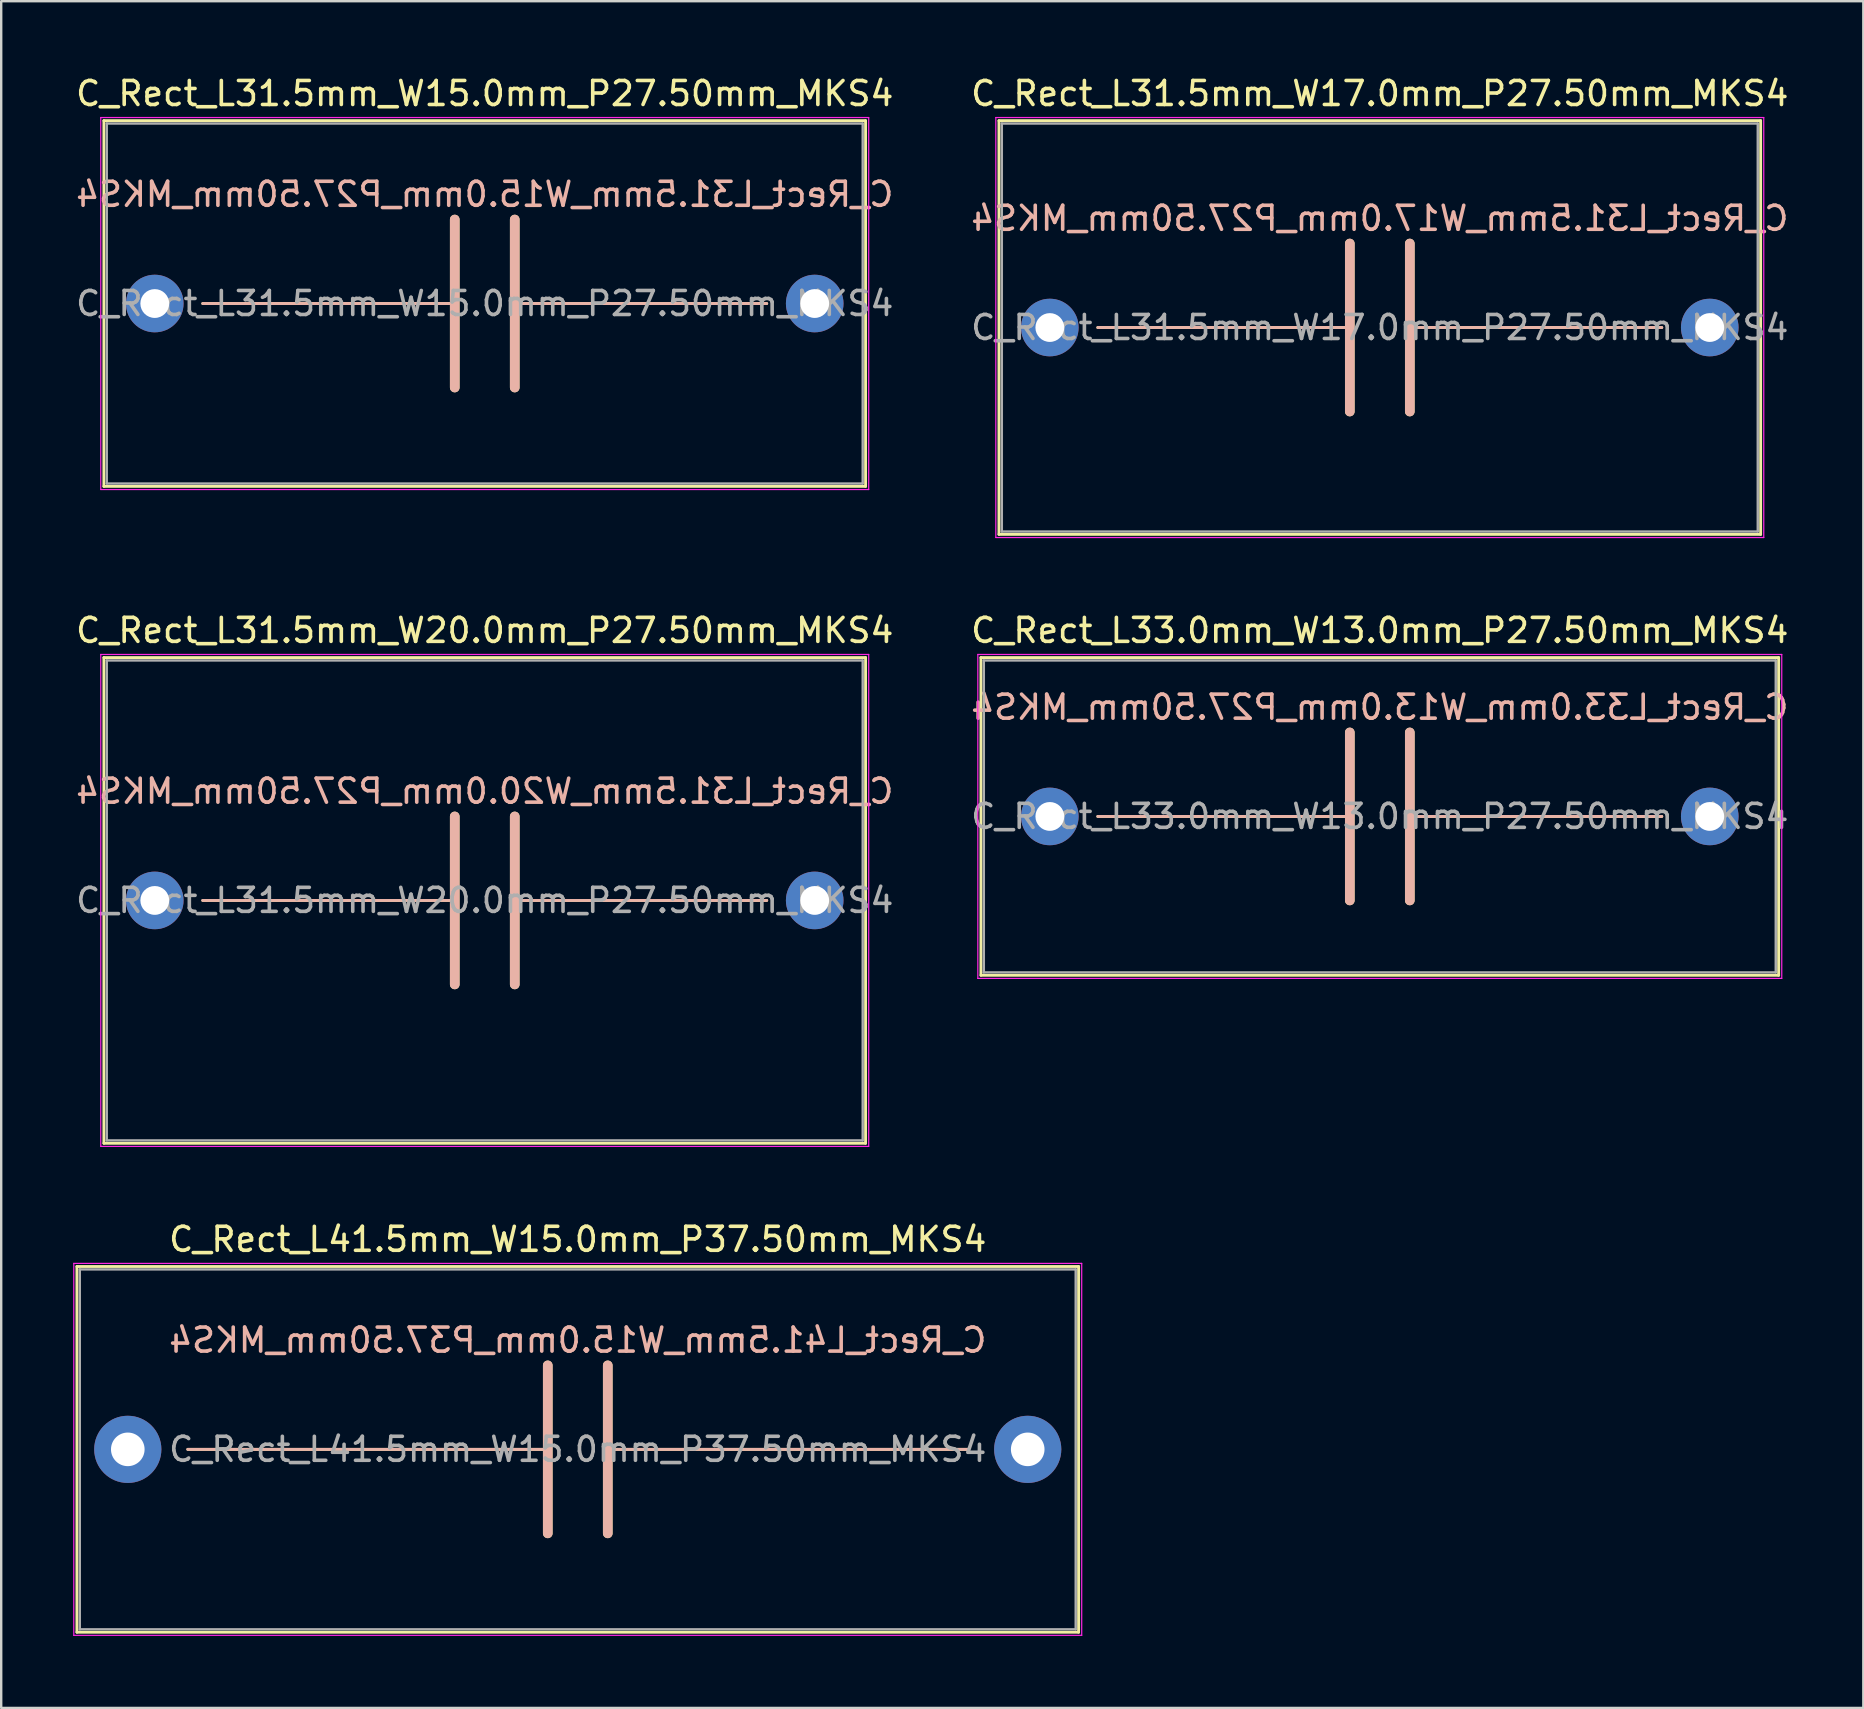
<source format=kicad_pcb>
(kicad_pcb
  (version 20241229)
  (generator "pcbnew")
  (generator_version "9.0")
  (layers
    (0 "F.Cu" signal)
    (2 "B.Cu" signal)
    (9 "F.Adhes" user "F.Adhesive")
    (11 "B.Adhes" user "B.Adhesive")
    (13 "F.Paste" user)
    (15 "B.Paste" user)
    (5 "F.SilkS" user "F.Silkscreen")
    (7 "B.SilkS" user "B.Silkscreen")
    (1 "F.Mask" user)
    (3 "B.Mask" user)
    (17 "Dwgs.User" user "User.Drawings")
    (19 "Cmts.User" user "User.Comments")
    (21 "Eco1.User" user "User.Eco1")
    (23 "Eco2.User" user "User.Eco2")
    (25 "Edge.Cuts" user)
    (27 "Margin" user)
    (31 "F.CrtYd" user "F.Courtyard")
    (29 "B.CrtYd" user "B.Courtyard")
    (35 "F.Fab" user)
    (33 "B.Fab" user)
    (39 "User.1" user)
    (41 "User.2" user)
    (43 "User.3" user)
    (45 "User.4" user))
  (footprint "C_Rect_L41.5mm_W15.0mm_P37.50mm_MKS4"
    (layer "F.Cu")
    (at 2.275 57.345)
    (property "Reference" "C_Rect_L41.5mm_W15.0mm_P37.50mm_MKS4" (at 18.75 -8.75 0) (layer "F.SilkS") (effects (font (size 1 1) (thickness 0.15))))
    (fp_line (start -2.12 -7.62) (end -2.12 7.62) (stroke (width 0.12) (type solid)) (layer "F.SilkS"))
    (fp_line (start -2.12 -7.62) (end 39.62 -7.62) (stroke (width 0.12) (type solid)) (layer "F.SilkS"))
    (fp_line (start -2.12 7.62) (end 39.62 7.62) (stroke (width 0.12) (type solid)) (layer "F.SilkS"))
    (fp_line (start 2.5 0) (end 17.5 0) (stroke (width 0.12) (type solid)) (layer "F.SilkS"))
    (fp_line (start 17.5 -3.5) (end 17.5 3.5) (stroke (width 0.4) (type solid)) (layer "F.SilkS"))
    (fp_line (start 20 -3.5) (end 20 3.5) (stroke (width 0.4) (type solid)) (layer "F.SilkS"))
    (fp_line (start 20 0) (end 35 0) (stroke (width 0.12) (type solid)) (layer "F.SilkS"))
    (fp_line (start 39.62 -7.62) (end 39.62 7.62) (stroke (width 0.12) (type solid)) (layer "F.SilkS"))
    (fp_line (start 2.5 0) (end 17.5 0) (stroke (width 0.12) (type solid)) (layer "B.SilkS"))
    (fp_line (start 17.5 3.5) (end 17.5 -3.5) (stroke (width 0.4) (type solid)) (layer "B.SilkS"))
    (fp_line (start 20 0) (end 35 0) (stroke (width 0.12) (type solid)) (layer "B.SilkS"))
    (fp_line (start 20 3.5) (end 20 -3.5) (stroke (width 0.4) (type solid)) (layer "B.SilkS"))
    (fp_line (start -2.25 -7.75) (end -2.25 7.75) (stroke (width 0.05) (type solid)) (layer "F.CrtYd"))
    (fp_line (start -2.25 7.75) (end 39.75 7.75) (stroke (width 0.05) (type solid)) (layer "F.CrtYd"))
    (fp_line (start 39.75 -7.75) (end -2.25 -7.75) (stroke (width 0.05) (type solid)) (layer "F.CrtYd"))
    (fp_line (start 39.75 7.75) (end 39.75 -7.75) (stroke (width 0.05) (type solid)) (layer "F.CrtYd"))
    (fp_line (start -2 -7.5) (end -2 7.5) (stroke (width 0.1) (type solid)) (layer "F.Fab"))
    (fp_line (start -2 7.5) (end 39.5 7.5) (stroke (width 0.1) (type solid)) (layer "F.Fab"))
    (fp_line (start 39.5 -7.5) (end -2 -7.5) (stroke (width 0.1) (type solid)) (layer "F.Fab"))
    (fp_line (start 39.5 7.5) (end 39.5 -7.5) (stroke (width 0.1) (type solid)) (layer "F.Fab"))
    (fp_text user "${REFERENCE}" (at 18.75 -4.55 0) (layer "B.SilkS") (effects (font (size 1 1) (thickness 0.15)) (justify mirror)))
    (fp_text user "${REFERENCE}" (at 18.75 0 0) (layer "F.Fab") (effects (font (size 1 1) (thickness 0.15))))
    (pad "1" thru_hole circle (at 0 0) (size 2.8 2.8) (drill 1.4) (layers "*.Cu" "*.Mask"))
    (pad "2" thru_hole circle (at 37.5 0) (size 2.8 2.8) (drill 1.4) (layers "*.Cu" "*.Mask")))
  (footprint "C_Rect_L31.5mm_W17.0mm_P27.50mm_MKS4"
    (layer "F.Cu")
    (at 40.696 10.598)
    (property "Reference" "C_Rect_L31.5mm_W17.0mm_P27.50mm_MKS4" (at 13.75 -9.75 0) (layer "F.SilkS") (effects (font (size 1 1) (thickness 0.15))))
    (fp_line (start -2.12 -8.62) (end -2.12 8.62) (stroke (width 0.12) (type solid)) (layer "F.SilkS"))
    (fp_line (start -2.12 -8.62) (end 29.62 -8.62) (stroke (width 0.12) (type solid)) (layer "F.SilkS"))
    (fp_line (start -2.12 8.62) (end 29.62 8.62) (stroke (width 0.12) (type solid)) (layer "F.SilkS"))
    (fp_line (start 2 0) (end 12.5 0) (stroke (width 0.12) (type solid)) (layer "F.SilkS"))
    (fp_line (start 12.5 -3.5) (end 12.5 3.5) (stroke (width 0.4) (type solid)) (layer "F.SilkS"))
    (fp_line (start 15 -3.5) (end 15 3.5) (stroke (width 0.4) (type solid)) (layer "F.SilkS"))
    (fp_line (start 15 0) (end 25.5 0) (stroke (width 0.12) (type solid)) (layer "F.SilkS"))
    (fp_line (start 29.62 -8.62) (end 29.62 8.62) (stroke (width 0.12) (type solid)) (layer "F.SilkS"))
    (fp_line (start 2 0) (end 12.5 0) (stroke (width 0.12) (type solid)) (layer "B.SilkS"))
    (fp_line (start 12.5 3.5) (end 12.5 -3.5) (stroke (width 0.4) (type solid)) (layer "B.SilkS"))
    (fp_line (start 15 0) (end 25.5 0) (stroke (width 0.12) (type solid)) (layer "B.SilkS"))
    (fp_line (start 15 3.5) (end 15 -3.5) (stroke (width 0.4) (type solid)) (layer "B.SilkS"))
    (fp_line (start -2.25 -8.75) (end -2.25 8.75) (stroke (width 0.05) (type solid)) (layer "F.CrtYd"))
    (fp_line (start -2.25 8.75) (end 29.75 8.75) (stroke (width 0.05) (type solid)) (layer "F.CrtYd"))
    (fp_line (start 29.75 -8.75) (end -2.25 -8.75) (stroke (width 0.05) (type solid)) (layer "F.CrtYd"))
    (fp_line (start 29.75 8.75) (end 29.75 -8.75) (stroke (width 0.05) (type solid)) (layer "F.CrtYd"))
    (fp_line (start -2 -8.5) (end -2 8.5) (stroke (width 0.1) (type solid)) (layer "F.Fab"))
    (fp_line (start -2 8.5) (end 29.5 8.5) (stroke (width 0.1) (type solid)) (layer "F.Fab"))
    (fp_line (start 29.5 -8.5) (end -2 -8.5) (stroke (width 0.1) (type solid)) (layer "F.Fab"))
    (fp_line (start 29.5 8.5) (end 29.5 -8.5) (stroke (width 0.1) (type solid)) (layer "F.Fab"))
    (fp_text user "${REFERENCE}" (at 13.75 -4.55 0) (layer "B.SilkS") (effects (font (size 1 1) (thickness 0.15)) (justify mirror)))
    (fp_text user "${REFERENCE}" (at 13.75 0 0) (layer "F.Fab") (effects (font (size 1 1) (thickness 0.15))))
    (pad "1" thru_hole circle (at 0 0) (size 2.4 2.4) (drill 1.2) (layers "*.Cu" "*.Mask"))
    (pad "2" thru_hole circle (at 27.5 0) (size 2.4 2.4) (drill 1.2) (layers "*.Cu" "*.Mask")))
  (footprint "C_Rect_L31.5mm_W20.0mm_P27.50mm_MKS4"
    (layer "F.Cu")
    (at 3.399 34.471)
    (property "Reference" "C_Rect_L31.5mm_W20.0mm_P27.50mm_MKS4" (at 13.75 -11.25 0) (layer "F.SilkS") (effects (font (size 1 1) (thickness 0.15))))
    (fp_line (start -2.12 -10.12) (end -2.12 10.12) (stroke (width 0.12) (type solid)) (layer "F.SilkS"))
    (fp_line (start -2.12 -10.12) (end 29.62 -10.12) (stroke (width 0.12) (type solid)) (layer "F.SilkS"))
    (fp_line (start -2.12 10.12) (end 29.62 10.12) (stroke (width 0.12) (type solid)) (layer "F.SilkS"))
    (fp_line (start 2 0) (end 12.5 0) (stroke (width 0.12) (type solid)) (layer "F.SilkS"))
    (fp_line (start 12.5 -3.5) (end 12.5 3.5) (stroke (width 0.4) (type solid)) (layer "F.SilkS"))
    (fp_line (start 15 -3.5) (end 15 3.5) (stroke (width 0.4) (type solid)) (layer "F.SilkS"))
    (fp_line (start 15 0) (end 25.5 0) (stroke (width 0.12) (type solid)) (layer "F.SilkS"))
    (fp_line (start 29.62 -10.12) (end 29.62 10.12) (stroke (width 0.12) (type solid)) (layer "F.SilkS"))
    (fp_line (start 2 0) (end 12.5 0) (stroke (width 0.12) (type solid)) (layer "B.SilkS"))
    (fp_line (start 12.5 3.5) (end 12.5 -3.5) (stroke (width 0.4) (type solid)) (layer "B.SilkS"))
    (fp_line (start 15 0) (end 25.5 0) (stroke (width 0.12) (type solid)) (layer "B.SilkS"))
    (fp_line (start 15 3.5) (end 15 -3.5) (stroke (width 0.4) (type solid)) (layer "B.SilkS"))
    (fp_line (start -2.25 -10.25) (end -2.25 10.25) (stroke (width 0.05) (type solid)) (layer "F.CrtYd"))
    (fp_line (start -2.25 10.25) (end 29.75 10.25) (stroke (width 0.05) (type solid)) (layer "F.CrtYd"))
    (fp_line (start 29.75 -10.25) (end -2.25 -10.25) (stroke (width 0.05) (type solid)) (layer "F.CrtYd"))
    (fp_line (start 29.75 10.25) (end 29.75 -10.25) (stroke (width 0.05) (type solid)) (layer "F.CrtYd"))
    (fp_line (start -2 -10) (end -2 10) (stroke (width 0.1) (type solid)) (layer "F.Fab"))
    (fp_line (start -2 10) (end 29.5 10) (stroke (width 0.1) (type solid)) (layer "F.Fab"))
    (fp_line (start 29.5 -10) (end -2 -10) (stroke (width 0.1) (type solid)) (layer "F.Fab"))
    (fp_line (start 29.5 10) (end 29.5 -10) (stroke (width 0.1) (type solid)) (layer "F.Fab"))
    (fp_text user "${REFERENCE}" (at 13.75 -4.55 0) (layer "B.SilkS") (effects (font (size 1 1) (thickness 0.15)) (justify mirror)))
    (fp_text user "${REFERENCE}" (at 13.75 0 0) (layer "F.Fab") (effects (font (size 1 1) (thickness 0.15))))
    (pad "1" thru_hole circle (at 0 0) (size 2.4 2.4) (drill 1.2) (layers "*.Cu" "*.Mask"))
    (pad "2" thru_hole circle (at 27.5 0) (size 2.4 2.4) (drill 1.2) (layers "*.Cu" "*.Mask")))
  (footprint "C_Rect_L33.0mm_W13.0mm_P27.50mm_MKS4"
    (layer "F.Cu")
    (at 40.696 30.971)
    (property "Reference" "C_Rect_L33.0mm_W13.0mm_P27.50mm_MKS4" (at 13.75 -7.75 0) (layer "F.SilkS") (effects (font (size 1 1) (thickness 0.15))))
    (fp_line (start -2.87 -6.62) (end -2.87 6.62) (stroke (width 0.12) (type solid)) (layer "F.SilkS"))
    (fp_line (start -2.87 -6.62) (end 30.37 -6.62) (stroke (width 0.12) (type solid)) (layer "F.SilkS"))
    (fp_line (start -2.87 6.62) (end 30.37 6.62) (stroke (width 0.12) (type solid)) (layer "F.SilkS"))
    (fp_line (start 2 0) (end 12.5 0) (stroke (width 0.12) (type solid)) (layer "F.SilkS"))
    (fp_line (start 12.5 -3.5) (end 12.5 3.5) (stroke (width 0.4) (type solid)) (layer "F.SilkS"))
    (fp_line (start 15 -3.5) (end 15 3.5) (stroke (width 0.4) (type solid)) (layer "F.SilkS"))
    (fp_line (start 15 0) (end 25.5 0) (stroke (width 0.12) (type solid)) (layer "F.SilkS"))
    (fp_line (start 30.37 -6.62) (end 30.37 6.62) (stroke (width 0.12) (type solid)) (layer "F.SilkS"))
    (fp_line (start 2 0) (end 12.5 0) (stroke (width 0.12) (type solid)) (layer "B.SilkS"))
    (fp_line (start 12.5 3.5) (end 12.5 -3.5) (stroke (width 0.4) (type solid)) (layer "B.SilkS"))
    (fp_line (start 15 0) (end 25.5 0) (stroke (width 0.12) (type solid)) (layer "B.SilkS"))
    (fp_line (start 15 3.5) (end 15 -3.5) (stroke (width 0.4) (type solid)) (layer "B.SilkS"))
    (fp_line (start -3 -6.75) (end -3 6.75) (stroke (width 0.05) (type solid)) (layer "F.CrtYd"))
    (fp_line (start -3 6.75) (end 30.5 6.75) (stroke (width 0.05) (type solid)) (layer "F.CrtYd"))
    (fp_line (start 30.5 -6.75) (end -3 -6.75) (stroke (width 0.05) (type solid)) (layer "F.CrtYd"))
    (fp_line (start 30.5 6.75) (end 30.5 -6.75) (stroke (width 0.05) (type solid)) (layer "F.CrtYd"))
    (fp_line (start -2.75 -6.5) (end -2.75 6.5) (stroke (width 0.1) (type solid)) (layer "F.Fab"))
    (fp_line (start -2.75 6.5) (end 30.25 6.5) (stroke (width 0.1) (type solid)) (layer "F.Fab"))
    (fp_line (start 30.25 -6.5) (end -2.75 -6.5) (stroke (width 0.1) (type solid)) (layer "F.Fab"))
    (fp_line (start 30.25 6.5) (end 30.25 -6.5) (stroke (width 0.1) (type solid)) (layer "F.Fab"))
    (fp_text user "${REFERENCE}" (at 13.75 -4.55 0) (layer "B.SilkS") (effects (font (size 1 1) (thickness 0.15)) (justify mirror)))
    (fp_text user "${REFERENCE}" (at 13.75 0 0) (layer "F.Fab") (effects (font (size 1 1) (thickness 0.15))))
    (pad "1" thru_hole circle (at 0 0) (size 2.4 2.4) (drill 1.2) (layers "*.Cu" "*.Mask"))
    (pad "2" thru_hole circle (at 27.5 0) (size 2.4 2.4) (drill 1.2) (layers "*.Cu" "*.Mask")))
  (footprint "C_Rect_L31.5mm_W15.0mm_P27.50mm_MKS4"
    (layer "F.Cu")
    (at 3.399 9.598)
    (property "Reference" "C_Rect_L31.5mm_W15.0mm_P27.50mm_MKS4" (at 13.75 -8.75 0) (layer "F.SilkS") (effects (font (size 1 1) (thickness 0.15))))
    (fp_line (start -2.12 -7.62) (end -2.12 7.62) (stroke (width 0.12) (type solid)) (layer "F.SilkS"))
    (fp_line (start -2.12 -7.62) (end 29.62 -7.62) (stroke (width 0.12) (type solid)) (layer "F.SilkS"))
    (fp_line (start -2.12 7.62) (end 29.62 7.62) (stroke (width 0.12) (type solid)) (layer "F.SilkS"))
    (fp_line (start 2 0) (end 12.5 0) (stroke (width 0.12) (type solid)) (layer "F.SilkS"))
    (fp_line (start 12.5 -3.5) (end 12.5 3.5) (stroke (width 0.4) (type solid)) (layer "F.SilkS"))
    (fp_line (start 15 -3.5) (end 15 3.5) (stroke (width 0.4) (type solid)) (layer "F.SilkS"))
    (fp_line (start 15 0) (end 25.5 0) (stroke (width 0.12) (type solid)) (layer "F.SilkS"))
    (fp_line (start 29.62 -7.62) (end 29.62 7.62) (stroke (width 0.12) (type solid)) (layer "F.SilkS"))
    (fp_line (start 2 0) (end 12.5 0) (stroke (width 0.12) (type solid)) (layer "B.SilkS"))
    (fp_line (start 12.5 3.5) (end 12.5 -3.5) (stroke (width 0.4) (type solid)) (layer "B.SilkS"))
    (fp_line (start 15 0) (end 25.5 0) (stroke (width 0.12) (type solid)) (layer "B.SilkS"))
    (fp_line (start 15 3.5) (end 15 -3.5) (stroke (width 0.4) (type solid)) (layer "B.SilkS"))
    (fp_line (start -2.25 -7.75) (end -2.25 7.75) (stroke (width 0.05) (type solid)) (layer "F.CrtYd"))
    (fp_line (start -2.25 7.75) (end 29.75 7.75) (stroke (width 0.05) (type solid)) (layer "F.CrtYd"))
    (fp_line (start 29.75 -7.75) (end -2.25 -7.75) (stroke (width 0.05) (type solid)) (layer "F.CrtYd"))
    (fp_line (start 29.75 7.75) (end 29.75 -7.75) (stroke (width 0.05) (type solid)) (layer "F.CrtYd"))
    (fp_line (start -2 -7.5) (end -2 7.5) (stroke (width 0.1) (type solid)) (layer "F.Fab"))
    (fp_line (start -2 7.5) (end 29.5 7.5) (stroke (width 0.1) (type solid)) (layer "F.Fab"))
    (fp_line (start 29.5 -7.5) (end -2 -7.5) (stroke (width 0.1) (type solid)) (layer "F.Fab"))
    (fp_line (start 29.5 7.5) (end 29.5 -7.5) (stroke (width 0.1) (type solid)) (layer "F.Fab"))
    (fp_text user "${REFERENCE}" (at 13.75 -4.55 0) (layer "B.SilkS") (effects (font (size 1 1) (thickness 0.15)) (justify mirror)))
    (fp_text user "${REFERENCE}" (at 13.75 0 0) (layer "F.Fab") (effects (font (size 1 1) (thickness 0.15))))
    (pad "1" thru_hole circle (at 0 0) (size 2.4 2.4) (drill 1.2) (layers "*.Cu" "*.Mask"))
    (pad "2" thru_hole circle (at 27.5 0) (size 2.4 2.4) (drill 1.2) (layers "*.Cu" "*.Mask")))
  (gr_rect
    (start -3 -3)
    (end 74.595 68.12)
    (stroke (width 0.1) (type default))
    (fill no)
    (layer "Edge.Cuts")))
</source>
